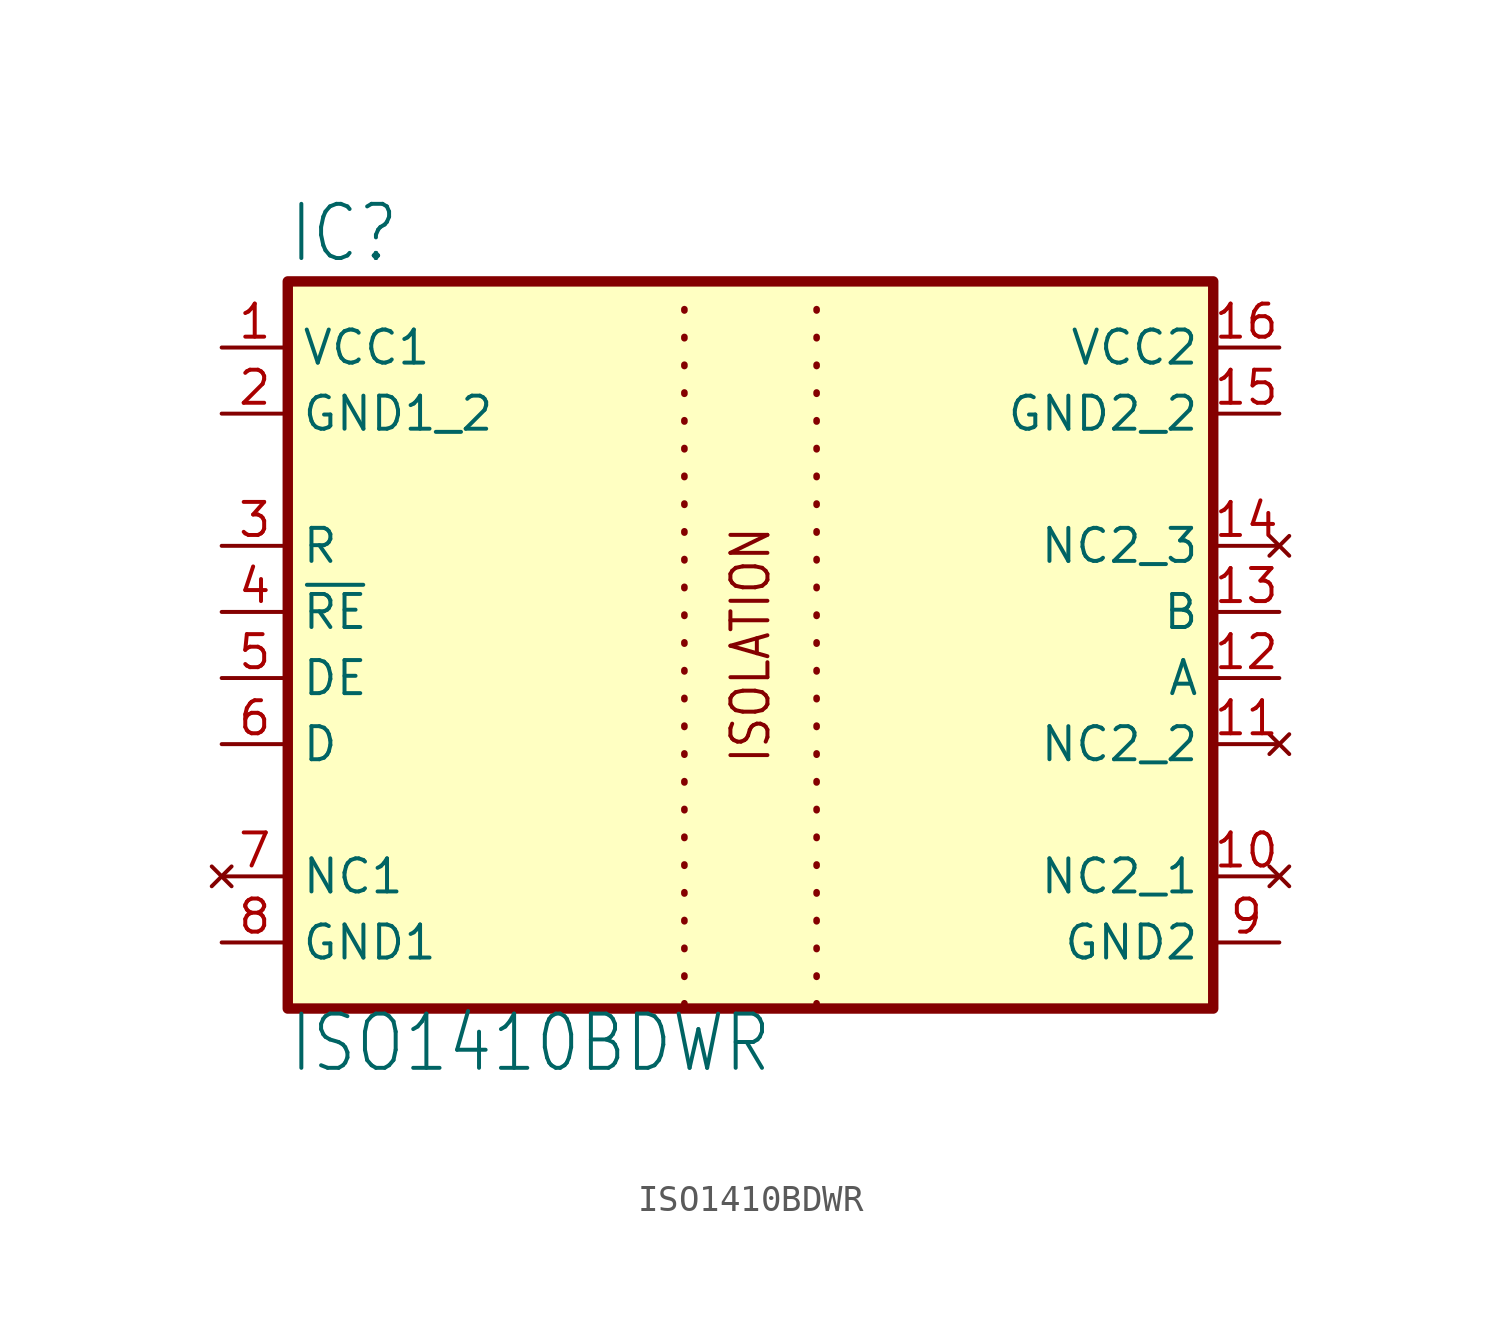
<source format=kicad_sym>
(kicad_symbol_lib
  (version 20220914)
  (generator kicad_symbol_editor)
  (symbol "ISO1410BDWR"
    (property "Reference" "IC"
      (at -17.78 13.335 0)
      (effects (font (size 2.083 1.77)) (justify left bottom)))
    (property "Value" "ISO1410BDWR"
      (at -17.78 -17.78 0)
      (effects (font (size 2.083 1.77)) (justify left bottom)))
    (symbol "ISO1410BDWR_1_0"
      (rectangle (start -17.78 12.7) (end 17.78 -15.24) (stroke (width 0.4) (type default)) (fill (type background)))
      (polyline (pts (xy -2.54 12.7) (xy -2.54 -15.24)) (stroke (width 0.254) (type dot)) (fill (type none)))
      (polyline (pts (xy 2.54 12.7) (xy 2.54 -15.24)) (stroke (width 0.254) (type dot)) (fill (type none)))
      (text "ISOLATION" (at 0 -1.27 900) (effects (font (size 1.422 1.209))))
      (pin power_in line (at -20.32 10.16 0) (length 2.54) (name "VCC1" (effects (font (size 1.27 1.27)))) (number "1" (effects (font (size 1.27 1.27)))))
      (pin no_connect line (at 20.32 -10.16 180) (length 2.54) (name "NC2_1" (effects (font (size 1.27 1.27)))) (number "10" (effects (font (size 1.27 1.27)))))
      (pin no_connect line (at 20.32 -5.08 180) (length 2.54) (name "NC2_2" (effects (font (size 1.27 1.27)))) (number "11" (effects (font (size 1.27 1.27)))))
      (pin bidirectional line (at 20.32 -2.54 180) (length 2.54) (name "A" (effects (font (size 1.27 1.27)))) (number "12" (effects (font (size 1.27 1.27)))))
      (pin bidirectional line (at 20.32 0 180) (length 2.54) (name "B" (effects (font (size 1.27 1.27)))) (number "13" (effects (font (size 1.27 1.27)))))
      (pin no_connect line (at 20.32 2.54 180) (length 2.54) (name "NC2_3" (effects (font (size 1.27 1.27)))) (number "14" (effects (font (size 1.27 1.27)))))
      (pin passive line (at 20.32 7.62 180) (length 2.54) (name "GND2_2" (effects (font (size 1.27 1.27)))) (number "15" (effects (font (size 1.27 1.27)))))
      (pin power_in line (at 20.32 10.16 180) (length 2.54) (name "VCC2" (effects (font (size 1.27 1.27)))) (number "16" (effects (font (size 1.27 1.27)))))
      (pin passive line (at -20.32 7.62 0) (length 2.54) (name "GND1_2" (effects (font (size 1.27 1.27)))) (number "2" (effects (font (size 1.27 1.27)))))
      (pin output line (at -20.32 2.54 0) (length 2.54) (name "R" (effects (font (size 1.27 1.27)))) (number "3" (effects (font (size 1.27 1.27)))))
      (pin input line (at -20.32 0 0) (length 2.54) (name "~{RE}" (effects (font (size 1.27 1.27)))) (number "4" (effects (font (size 1.27 1.27)))))
      (pin input line (at -20.32 -2.54 0) (length 2.54) (name "DE" (effects (font (size 1.27 1.27)))) (number "5" (effects (font (size 1.27 1.27)))))
      (pin input line (at -20.32 -5.08 0) (length 2.54) (name "D" (effects (font (size 1.27 1.27)))) (number "6" (effects (font (size 1.27 1.27)))))
      (pin no_connect line (at -20.32 -10.16 0) (length 2.54) (name "NC1" (effects (font (size 1.27 1.27)))) (number "7" (effects (font (size 1.27 1.27)))))
      (pin passive line (at -20.32 -12.7 0) (length 2.54) (name "GND1" (effects (font (size 1.27 1.27)))) (number "8" (effects (font (size 1.27 1.27)))))
      (pin passive line (at 20.32 -12.7 180) (length 2.54) (name "GND2" (effects (font (size 1.27 1.27)))) (number "9" (effects (font (size 1.27 1.27))))))))
</source>
